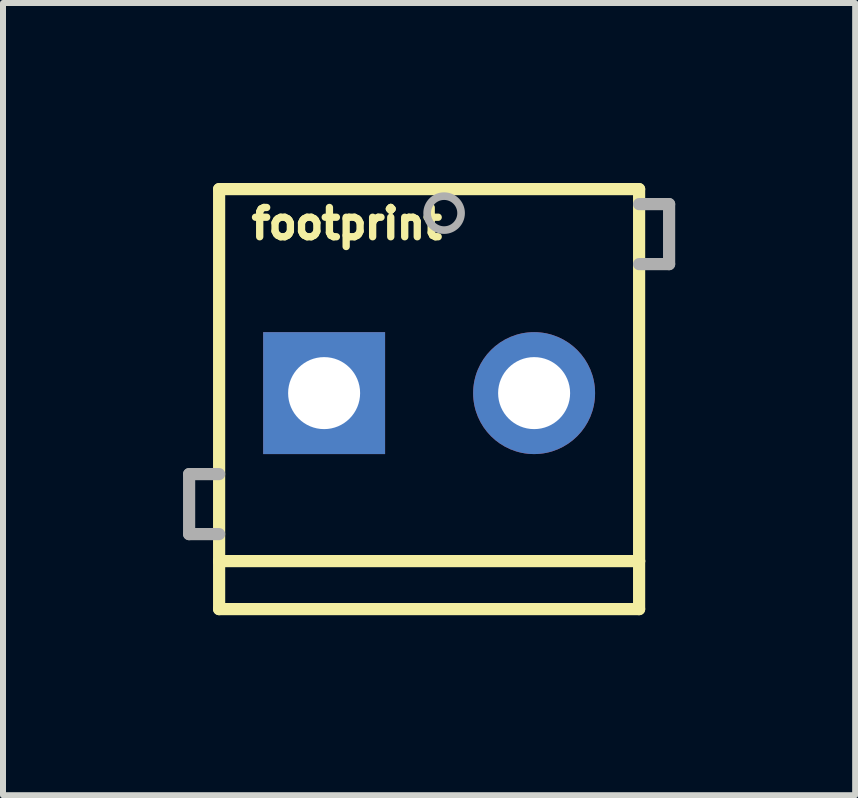
<source format=kicad_pcb>
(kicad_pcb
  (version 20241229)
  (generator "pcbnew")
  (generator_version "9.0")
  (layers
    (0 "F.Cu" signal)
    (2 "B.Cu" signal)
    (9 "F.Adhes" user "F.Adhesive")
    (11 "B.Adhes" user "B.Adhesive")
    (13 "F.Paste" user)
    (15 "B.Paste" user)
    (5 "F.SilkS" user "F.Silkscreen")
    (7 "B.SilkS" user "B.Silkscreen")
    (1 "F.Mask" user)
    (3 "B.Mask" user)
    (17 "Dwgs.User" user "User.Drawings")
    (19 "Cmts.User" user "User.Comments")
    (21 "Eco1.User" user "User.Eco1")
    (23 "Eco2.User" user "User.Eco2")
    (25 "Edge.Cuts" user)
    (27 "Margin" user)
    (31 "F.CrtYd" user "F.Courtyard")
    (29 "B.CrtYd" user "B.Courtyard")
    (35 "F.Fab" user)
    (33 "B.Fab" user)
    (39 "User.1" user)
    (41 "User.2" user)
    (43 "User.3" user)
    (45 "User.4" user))
  (footprint "footprint"
    (layer "F.Cu")
    (at 2.352 3.502)
    (property "Reference" "footprint" (at -1.27 -2.54 0) (layer "F.SilkS") (effects (font (size 0.488 0.488) (thickness 0.122)) (justify left bottom)))
    (fp_line (start -1.75 -3.4) (end 5.25 -3.4) (stroke (width 0.203) (type solid)) (layer "F.SilkS"))
    (fp_line (start -1.75 2.8) (end -1.75 -3.4) (stroke (width 0.203) (type solid)) (layer "F.SilkS"))
    (fp_line (start -1.75 3.6) (end -1.75 2.8) (stroke (width 0.203) (type solid)) (layer "F.SilkS"))
    (fp_line (start 5.25 -3.4) (end 5.25 2.8) (stroke (width 0.203) (type solid)) (layer "F.SilkS"))
    (fp_line (start 5.25 2.8) (end -1.75 2.8) (stroke (width 0.203) (type solid)) (layer "F.SilkS"))
    (fp_line (start 5.25 2.8) (end 5.25 3.6) (stroke (width 0.203) (type solid)) (layer "F.SilkS"))
    (fp_line (start 5.25 3.6) (end -1.75 3.6) (stroke (width 0.203) (type solid)) (layer "F.SilkS"))
    (fp_line (start -2.25 1.35) (end -2.25 2.35) (stroke (width 0.203) (type solid)) (layer "F.Fab"))
    (fp_line (start -2.25 2.35) (end -1.75 2.35) (stroke (width 0.203) (type solid)) (layer "F.Fab"))
    (fp_line (start -1.75 1.35) (end -2.25 1.35) (stroke (width 0.203) (type solid)) (layer "F.Fab"))
    (fp_line (start 5.25 -3.15) (end 5.75 -3.15) (stroke (width 0.203) (type solid)) (layer "F.Fab"))
    (fp_line (start 5.75 -3.15) (end 5.75 -2.15) (stroke (width 0.203) (type solid)) (layer "F.Fab"))
    (fp_line (start 5.75 -2.15) (end 5.25 -2.15) (stroke (width 0.203) (type solid)) (layer "F.Fab"))
    (fp_circle (center 2 -3) (end 2.283 -3) (stroke (width 0.127) (type solid)) (fill no) (layer "F.Fab"))
    (pad "1" thru_hole rect (at 0 0) (size 2.032 2.032) (drill 1.2) (layers "*.Cu" "*.Mask"))
    (pad "2" thru_hole circle (at 3.5 0) (size 2.032 2.032) (drill 1.2) (layers "*.Cu" "*.Mask")))
  (gr_rect
    (start -3 -3)
    (end 11.203 10.203)
    (stroke (width 0.1) (type default))
    (fill no)
    (layer "Edge.Cuts")))
</source>
